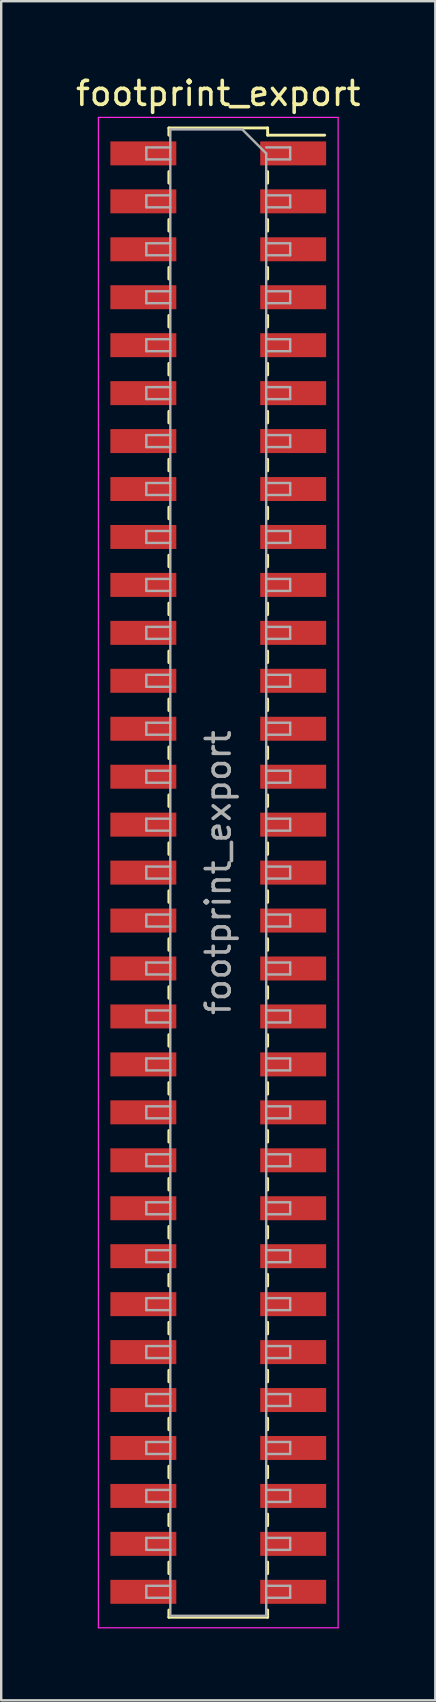
<source format=kicad_pcb>
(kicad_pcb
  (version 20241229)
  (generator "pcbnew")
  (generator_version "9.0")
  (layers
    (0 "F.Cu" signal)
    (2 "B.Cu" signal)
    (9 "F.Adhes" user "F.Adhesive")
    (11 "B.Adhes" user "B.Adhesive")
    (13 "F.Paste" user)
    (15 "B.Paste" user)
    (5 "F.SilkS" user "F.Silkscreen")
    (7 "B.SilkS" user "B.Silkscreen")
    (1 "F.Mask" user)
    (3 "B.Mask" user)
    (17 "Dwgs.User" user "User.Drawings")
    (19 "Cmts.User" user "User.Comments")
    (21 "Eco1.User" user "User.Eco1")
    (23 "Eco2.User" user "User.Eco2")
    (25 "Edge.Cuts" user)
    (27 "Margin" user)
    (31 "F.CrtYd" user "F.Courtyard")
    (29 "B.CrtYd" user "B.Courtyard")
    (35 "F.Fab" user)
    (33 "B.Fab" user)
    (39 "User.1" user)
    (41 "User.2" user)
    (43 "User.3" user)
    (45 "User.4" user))
  (footprint "footprint_export"
    (layer "F.Cu")
    (at 6.054 33.348)
    (property "Reference" "footprint_export" (at 0 -32.5 0) (layer "F.SilkS") (effects (font (size 1 1) (thickness 0.15))))
    (attr smd)
    (fp_line (start -2.06 -31.06) (end -2.06 -30.76) (stroke (width 0.12) (type solid)) (layer "F.SilkS"))
    (fp_line (start -2.06 -31.06) (end 2.06 -31.06) (stroke (width 0.12) (type solid)) (layer "F.SilkS"))
    (fp_line (start -2.06 -29.24) (end -2.06 -28.76) (stroke (width 0.12) (type solid)) (layer "F.SilkS"))
    (fp_line (start -2.06 -27.24) (end -2.06 -26.76) (stroke (width 0.12) (type solid)) (layer "F.SilkS"))
    (fp_line (start -2.06 -25.24) (end -2.06 -24.76) (stroke (width 0.12) (type solid)) (layer "F.SilkS"))
    (fp_line (start -2.06 -23.24) (end -2.06 -22.76) (stroke (width 0.12) (type solid)) (layer "F.SilkS"))
    (fp_line (start -2.06 -21.24) (end -2.06 -20.76) (stroke (width 0.12) (type solid)) (layer "F.SilkS"))
    (fp_line (start -2.06 -19.24) (end -2.06 -18.76) (stroke (width 0.12) (type solid)) (layer "F.SilkS"))
    (fp_line (start -2.06 -17.24) (end -2.06 -16.76) (stroke (width 0.12) (type solid)) (layer "F.SilkS"))
    (fp_line (start -2.06 -15.24) (end -2.06 -14.76) (stroke (width 0.12) (type solid)) (layer "F.SilkS"))
    (fp_line (start -2.06 -13.24) (end -2.06 -12.76) (stroke (width 0.12) (type solid)) (layer "F.SilkS"))
    (fp_line (start -2.06 -11.24) (end -2.06 -10.76) (stroke (width 0.12) (type solid)) (layer "F.SilkS"))
    (fp_line (start -2.06 -9.24) (end -2.06 -8.76) (stroke (width 0.12) (type solid)) (layer "F.SilkS"))
    (fp_line (start -2.06 -7.24) (end -2.06 -6.76) (stroke (width 0.12) (type solid)) (layer "F.SilkS"))
    (fp_line (start -2.06 -5.24) (end -2.06 -4.76) (stroke (width 0.12) (type solid)) (layer "F.SilkS"))
    (fp_line (start -2.06 -3.24) (end -2.06 -2.76) (stroke (width 0.12) (type solid)) (layer "F.SilkS"))
    (fp_line (start -2.06 -1.24) (end -2.06 -0.76) (stroke (width 0.12) (type solid)) (layer "F.SilkS"))
    (fp_line (start -2.06 0.76) (end -2.06 1.24) (stroke (width 0.12) (type solid)) (layer "F.SilkS"))
    (fp_line (start -2.06 2.76) (end -2.06 3.24) (stroke (width 0.12) (type solid)) (layer "F.SilkS"))
    (fp_line (start -2.06 4.76) (end -2.06 5.24) (stroke (width 0.12) (type solid)) (layer "F.SilkS"))
    (fp_line (start -2.06 6.76) (end -2.06 7.24) (stroke (width 0.12) (type solid)) (layer "F.SilkS"))
    (fp_line (start -2.06 8.76) (end -2.06 9.24) (stroke (width 0.12) (type solid)) (layer "F.SilkS"))
    (fp_line (start -2.06 10.76) (end -2.06 11.24) (stroke (width 0.12) (type solid)) (layer "F.SilkS"))
    (fp_line (start -2.06 12.76) (end -2.06 13.24) (stroke (width 0.12) (type solid)) (layer "F.SilkS"))
    (fp_line (start -2.06 14.76) (end -2.06 15.24) (stroke (width 0.12) (type solid)) (layer "F.SilkS"))
    (fp_line (start -2.06 16.76) (end -2.06 17.24) (stroke (width 0.12) (type solid)) (layer "F.SilkS"))
    (fp_line (start -2.06 18.76) (end -2.06 19.24) (stroke (width 0.12) (type solid)) (layer "F.SilkS"))
    (fp_line (start -2.06 20.76) (end -2.06 21.24) (stroke (width 0.12) (type solid)) (layer "F.SilkS"))
    (fp_line (start -2.06 22.76) (end -2.06 23.24) (stroke (width 0.12) (type solid)) (layer "F.SilkS"))
    (fp_line (start -2.06 24.76) (end -2.06 25.24) (stroke (width 0.12) (type solid)) (layer "F.SilkS"))
    (fp_line (start -2.06 26.76) (end -2.06 27.24) (stroke (width 0.12) (type solid)) (layer "F.SilkS"))
    (fp_line (start -2.06 28.76) (end -2.06 29.24) (stroke (width 0.12) (type solid)) (layer "F.SilkS"))
    (fp_line (start -2.06 30.76) (end -2.06 31.06) (stroke (width 0.12) (type solid)) (layer "F.SilkS"))
    (fp_line (start -2.06 31.06) (end 2.06 31.06) (stroke (width 0.12) (type solid)) (layer "F.SilkS"))
    (fp_line (start 2.06 -31.06) (end 2.06 -30.76) (stroke (width 0.12) (type solid)) (layer "F.SilkS"))
    (fp_line (start 2.06 -30.76) (end 4.44 -30.76) (stroke (width 0.12) (type solid)) (layer "F.SilkS"))
    (fp_line (start 2.06 -29.24) (end 2.06 -28.76) (stroke (width 0.12) (type solid)) (layer "F.SilkS"))
    (fp_line (start 2.06 -27.24) (end 2.06 -26.76) (stroke (width 0.12) (type solid)) (layer "F.SilkS"))
    (fp_line (start 2.06 -25.24) (end 2.06 -24.76) (stroke (width 0.12) (type solid)) (layer "F.SilkS"))
    (fp_line (start 2.06 -23.24) (end 2.06 -22.76) (stroke (width 0.12) (type solid)) (layer "F.SilkS"))
    (fp_line (start 2.06 -21.24) (end 2.06 -20.76) (stroke (width 0.12) (type solid)) (layer "F.SilkS"))
    (fp_line (start 2.06 -19.24) (end 2.06 -18.76) (stroke (width 0.12) (type solid)) (layer "F.SilkS"))
    (fp_line (start 2.06 -17.24) (end 2.06 -16.76) (stroke (width 0.12) (type solid)) (layer "F.SilkS"))
    (fp_line (start 2.06 -15.24) (end 2.06 -14.76) (stroke (width 0.12) (type solid)) (layer "F.SilkS"))
    (fp_line (start 2.06 -13.24) (end 2.06 -12.76) (stroke (width 0.12) (type solid)) (layer "F.SilkS"))
    (fp_line (start 2.06 -11.24) (end 2.06 -10.76) (stroke (width 0.12) (type solid)) (layer "F.SilkS"))
    (fp_line (start 2.06 -9.24) (end 2.06 -8.76) (stroke (width 0.12) (type solid)) (layer "F.SilkS"))
    (fp_line (start 2.06 -7.24) (end 2.06 -6.76) (stroke (width 0.12) (type solid)) (layer "F.SilkS"))
    (fp_line (start 2.06 -5.24) (end 2.06 -4.76) (stroke (width 0.12) (type solid)) (layer "F.SilkS"))
    (fp_line (start 2.06 -3.24) (end 2.06 -2.76) (stroke (width 0.12) (type solid)) (layer "F.SilkS"))
    (fp_line (start 2.06 -1.24) (end 2.06 -0.76) (stroke (width 0.12) (type solid)) (layer "F.SilkS"))
    (fp_line (start 2.06 0.76) (end 2.06 1.24) (stroke (width 0.12) (type solid)) (layer "F.SilkS"))
    (fp_line (start 2.06 2.76) (end 2.06 3.24) (stroke (width 0.12) (type solid)) (layer "F.SilkS"))
    (fp_line (start 2.06 4.76) (end 2.06 5.24) (stroke (width 0.12) (type solid)) (layer "F.SilkS"))
    (fp_line (start 2.06 6.76) (end 2.06 7.24) (stroke (width 0.12) (type solid)) (layer "F.SilkS"))
    (fp_line (start 2.06 8.76) (end 2.06 9.24) (stroke (width 0.12) (type solid)) (layer "F.SilkS"))
    (fp_line (start 2.06 10.76) (end 2.06 11.24) (stroke (width 0.12) (type solid)) (layer "F.SilkS"))
    (fp_line (start 2.06 12.76) (end 2.06 13.24) (stroke (width 0.12) (type solid)) (layer "F.SilkS"))
    (fp_line (start 2.06 14.76) (end 2.06 15.24) (stroke (width 0.12) (type solid)) (layer "F.SilkS"))
    (fp_line (start 2.06 16.76) (end 2.06 17.24) (stroke (width 0.12) (type solid)) (layer "F.SilkS"))
    (fp_line (start 2.06 18.76) (end 2.06 19.24) (stroke (width 0.12) (type solid)) (layer "F.SilkS"))
    (fp_line (start 2.06 20.76) (end 2.06 21.24) (stroke (width 0.12) (type solid)) (layer "F.SilkS"))
    (fp_line (start 2.06 22.76) (end 2.06 23.24) (stroke (width 0.12) (type solid)) (layer "F.SilkS"))
    (fp_line (start 2.06 24.76) (end 2.06 25.24) (stroke (width 0.12) (type solid)) (layer "F.SilkS"))
    (fp_line (start 2.06 26.76) (end 2.06 27.24) (stroke (width 0.12) (type solid)) (layer "F.SilkS"))
    (fp_line (start 2.06 28.76) (end 2.06 29.24) (stroke (width 0.12) (type solid)) (layer "F.SilkS"))
    (fp_line (start 2.06 30.76) (end 2.06 31.06) (stroke (width 0.12) (type solid)) (layer "F.SilkS"))
    (fp_line (start -5 -31.5) (end 5 -31.5) (stroke (width 0.05) (type solid)) (layer "F.CrtYd"))
    (fp_line (start -5 31.5) (end -5 -31.5) (stroke (width 0.05) (type solid)) (layer "F.CrtYd"))
    (fp_line (start 5 -31.5) (end 5 31.5) (stroke (width 0.05) (type solid)) (layer "F.CrtYd"))
    (fp_line (start 5 31.5) (end -5 31.5) (stroke (width 0.05) (type solid)) (layer "F.CrtYd"))
    (fp_line (start -3 -30.25) (end -2 -30.25) (stroke (width 0.1) (type solid)) (layer "F.Fab"))
    (fp_line (start -3 -29.75) (end -3 -30.25) (stroke (width 0.1) (type solid)) (layer "F.Fab"))
    (fp_line (start -3 -28.25) (end -2 -28.25) (stroke (width 0.1) (type solid)) (layer "F.Fab"))
    (fp_line (start -3 -27.75) (end -3 -28.25) (stroke (width 0.1) (type solid)) (layer "F.Fab"))
    (fp_line (start -3 -26.25) (end -2 -26.25) (stroke (width 0.1) (type solid)) (layer "F.Fab"))
    (fp_line (start -3 -25.75) (end -3 -26.25) (stroke (width 0.1) (type solid)) (layer "F.Fab"))
    (fp_line (start -3 -24.25) (end -2 -24.25) (stroke (width 0.1) (type solid)) (layer "F.Fab"))
    (fp_line (start -3 -23.75) (end -3 -24.25) (stroke (width 0.1) (type solid)) (layer "F.Fab"))
    (fp_line (start -3 -22.25) (end -2 -22.25) (stroke (width 0.1) (type solid)) (layer "F.Fab"))
    (fp_line (start -3 -21.75) (end -3 -22.25) (stroke (width 0.1) (type solid)) (layer "F.Fab"))
    (fp_line (start -3 -20.25) (end -2 -20.25) (stroke (width 0.1) (type solid)) (layer "F.Fab"))
    (fp_line (start -3 -19.75) (end -3 -20.25) (stroke (width 0.1) (type solid)) (layer "F.Fab"))
    (fp_line (start -3 -18.25) (end -2 -18.25) (stroke (width 0.1) (type solid)) (layer "F.Fab"))
    (fp_line (start -3 -17.75) (end -3 -18.25) (stroke (width 0.1) (type solid)) (layer "F.Fab"))
    (fp_line (start -3 -16.25) (end -2 -16.25) (stroke (width 0.1) (type solid)) (layer "F.Fab"))
    (fp_line (start -3 -15.75) (end -3 -16.25) (stroke (width 0.1) (type solid)) (layer "F.Fab"))
    (fp_line (start -3 -14.25) (end -2 -14.25) (stroke (width 0.1) (type solid)) (layer "F.Fab"))
    (fp_line (start -3 -13.75) (end -3 -14.25) (stroke (width 0.1) (type solid)) (layer "F.Fab"))
    (fp_line (start -3 -12.25) (end -2 -12.25) (stroke (width 0.1) (type solid)) (layer "F.Fab"))
    (fp_line (start -3 -11.75) (end -3 -12.25) (stroke (width 0.1) (type solid)) (layer "F.Fab"))
    (fp_line (start -3 -10.25) (end -2 -10.25) (stroke (width 0.1) (type solid)) (layer "F.Fab"))
    (fp_line (start -3 -9.75) (end -3 -10.25) (stroke (width 0.1) (type solid)) (layer "F.Fab"))
    (fp_line (start -3 -8.25) (end -2 -8.25) (stroke (width 0.1) (type solid)) (layer "F.Fab"))
    (fp_line (start -3 -7.75) (end -3 -8.25) (stroke (width 0.1) (type solid)) (layer "F.Fab"))
    (fp_line (start -3 -6.25) (end -2 -6.25) (stroke (width 0.1) (type solid)) (layer "F.Fab"))
    (fp_line (start -3 -5.75) (end -3 -6.25) (stroke (width 0.1) (type solid)) (layer "F.Fab"))
    (fp_line (start -3 -4.25) (end -2 -4.25) (stroke (width 0.1) (type solid)) (layer "F.Fab"))
    (fp_line (start -3 -3.75) (end -3 -4.25) (stroke (width 0.1) (type solid)) (layer "F.Fab"))
    (fp_line (start -3 -2.25) (end -2 -2.25) (stroke (width 0.1) (type solid)) (layer "F.Fab"))
    (fp_line (start -3 -1.75) (end -3 -2.25) (stroke (width 0.1) (type solid)) (layer "F.Fab"))
    (fp_line (start -3 -0.25) (end -2 -0.25) (stroke (width 0.1) (type solid)) (layer "F.Fab"))
    (fp_line (start -3 0.25) (end -3 -0.25) (stroke (width 0.1) (type solid)) (layer "F.Fab"))
    (fp_line (start -3 1.75) (end -2 1.75) (stroke (width 0.1) (type solid)) (layer "F.Fab"))
    (fp_line (start -3 2.25) (end -3 1.75) (stroke (width 0.1) (type solid)) (layer "F.Fab"))
    (fp_line (start -3 3.75) (end -2 3.75) (stroke (width 0.1) (type solid)) (layer "F.Fab"))
    (fp_line (start -3 4.25) (end -3 3.75) (stroke (width 0.1) (type solid)) (layer "F.Fab"))
    (fp_line (start -3 5.75) (end -2 5.75) (stroke (width 0.1) (type solid)) (layer "F.Fab"))
    (fp_line (start -3 6.25) (end -3 5.75) (stroke (width 0.1) (type solid)) (layer "F.Fab"))
    (fp_line (start -3 7.75) (end -2 7.75) (stroke (width 0.1) (type solid)) (layer "F.Fab"))
    (fp_line (start -3 8.25) (end -3 7.75) (stroke (width 0.1) (type solid)) (layer "F.Fab"))
    (fp_line (start -3 9.75) (end -2 9.75) (stroke (width 0.1) (type solid)) (layer "F.Fab"))
    (fp_line (start -3 10.25) (end -3 9.75) (stroke (width 0.1) (type solid)) (layer "F.Fab"))
    (fp_line (start -3 11.75) (end -2 11.75) (stroke (width 0.1) (type solid)) (layer "F.Fab"))
    (fp_line (start -3 12.25) (end -3 11.75) (stroke (width 0.1) (type solid)) (layer "F.Fab"))
    (fp_line (start -3 13.75) (end -2 13.75) (stroke (width 0.1) (type solid)) (layer "F.Fab"))
    (fp_line (start -3 14.25) (end -3 13.75) (stroke (width 0.1) (type solid)) (layer "F.Fab"))
    (fp_line (start -3 15.75) (end -2 15.75) (stroke (width 0.1) (type solid)) (layer "F.Fab"))
    (fp_line (start -3 16.25) (end -3 15.75) (stroke (width 0.1) (type solid)) (layer "F.Fab"))
    (fp_line (start -3 17.75) (end -2 17.75) (stroke (width 0.1) (type solid)) (layer "F.Fab"))
    (fp_line (start -3 18.25) (end -3 17.75) (stroke (width 0.1) (type solid)) (layer "F.Fab"))
    (fp_line (start -3 19.75) (end -2 19.75) (stroke (width 0.1) (type solid)) (layer "F.Fab"))
    (fp_line (start -3 20.25) (end -3 19.75) (stroke (width 0.1) (type solid)) (layer "F.Fab"))
    (fp_line (start -3 21.75) (end -2 21.75) (stroke (width 0.1) (type solid)) (layer "F.Fab"))
    (fp_line (start -3 22.25) (end -3 21.75) (stroke (width 0.1) (type solid)) (layer "F.Fab"))
    (fp_line (start -3 23.75) (end -2 23.75) (stroke (width 0.1) (type solid)) (layer "F.Fab"))
    (fp_line (start -3 24.25) (end -3 23.75) (stroke (width 0.1) (type solid)) (layer "F.Fab"))
    (fp_line (start -3 25.75) (end -2 25.75) (stroke (width 0.1) (type solid)) (layer "F.Fab"))
    (fp_line (start -3 26.25) (end -3 25.75) (stroke (width 0.1) (type solid)) (layer "F.Fab"))
    (fp_line (start -3 27.75) (end -2 27.75) (stroke (width 0.1) (type solid)) (layer "F.Fab"))
    (fp_line (start -3 28.25) (end -3 27.75) (stroke (width 0.1) (type solid)) (layer "F.Fab"))
    (fp_line (start -3 29.75) (end -2 29.75) (stroke (width 0.1) (type solid)) (layer "F.Fab"))
    (fp_line (start -3 30.25) (end -3 29.75) (stroke (width 0.1) (type solid)) (layer "F.Fab"))
    (fp_line (start -2 -31) (end 1 -31) (stroke (width 0.1) (type solid)) (layer "F.Fab"))
    (fp_line (start -2 -29.75) (end -3 -29.75) (stroke (width 0.1) (type solid)) (layer "F.Fab"))
    (fp_line (start -2 -27.75) (end -3 -27.75) (stroke (width 0.1) (type solid)) (layer "F.Fab"))
    (fp_line (start -2 -25.75) (end -3 -25.75) (stroke (width 0.1) (type solid)) (layer "F.Fab"))
    (fp_line (start -2 -23.75) (end -3 -23.75) (stroke (width 0.1) (type solid)) (layer "F.Fab"))
    (fp_line (start -2 -21.75) (end -3 -21.75) (stroke (width 0.1) (type solid)) (layer "F.Fab"))
    (fp_line (start -2 -19.75) (end -3 -19.75) (stroke (width 0.1) (type solid)) (layer "F.Fab"))
    (fp_line (start -2 -17.75) (end -3 -17.75) (stroke (width 0.1) (type solid)) (layer "F.Fab"))
    (fp_line (start -2 -15.75) (end -3 -15.75) (stroke (width 0.1) (type solid)) (layer "F.Fab"))
    (fp_line (start -2 -13.75) (end -3 -13.75) (stroke (width 0.1) (type solid)) (layer "F.Fab"))
    (fp_line (start -2 -11.75) (end -3 -11.75) (stroke (width 0.1) (type solid)) (layer "F.Fab"))
    (fp_line (start -2 -9.75) (end -3 -9.75) (stroke (width 0.1) (type solid)) (layer "F.Fab"))
    (fp_line (start -2 -7.75) (end -3 -7.75) (stroke (width 0.1) (type solid)) (layer "F.Fab"))
    (fp_line (start -2 -5.75) (end -3 -5.75) (stroke (width 0.1) (type solid)) (layer "F.Fab"))
    (fp_line (start -2 -3.75) (end -3 -3.75) (stroke (width 0.1) (type solid)) (layer "F.Fab"))
    (fp_line (start -2 -1.75) (end -3 -1.75) (stroke (width 0.1) (type solid)) (layer "F.Fab"))
    (fp_line (start -2 0.25) (end -3 0.25) (stroke (width 0.1) (type solid)) (layer "F.Fab"))
    (fp_line (start -2 2.25) (end -3 2.25) (stroke (width 0.1) (type solid)) (layer "F.Fab"))
    (fp_line (start -2 4.25) (end -3 4.25) (stroke (width 0.1) (type solid)) (layer "F.Fab"))
    (fp_line (start -2 6.25) (end -3 6.25) (stroke (width 0.1) (type solid)) (layer "F.Fab"))
    (fp_line (start -2 8.25) (end -3 8.25) (stroke (width 0.1) (type solid)) (layer "F.Fab"))
    (fp_line (start -2 10.25) (end -3 10.25) (stroke (width 0.1) (type solid)) (layer "F.Fab"))
    (fp_line (start -2 12.25) (end -3 12.25) (stroke (width 0.1) (type solid)) (layer "F.Fab"))
    (fp_line (start -2 14.25) (end -3 14.25) (stroke (width 0.1) (type solid)) (layer "F.Fab"))
    (fp_line (start -2 16.25) (end -3 16.25) (stroke (width 0.1) (type solid)) (layer "F.Fab"))
    (fp_line (start -2 18.25) (end -3 18.25) (stroke (width 0.1) (type solid)) (layer "F.Fab"))
    (fp_line (start -2 20.25) (end -3 20.25) (stroke (width 0.1) (type solid)) (layer "F.Fab"))
    (fp_line (start -2 22.25) (end -3 22.25) (stroke (width 0.1) (type solid)) (layer "F.Fab"))
    (fp_line (start -2 24.25) (end -3 24.25) (stroke (width 0.1) (type solid)) (layer "F.Fab"))
    (fp_line (start -2 26.25) (end -3 26.25) (stroke (width 0.1) (type solid)) (layer "F.Fab"))
    (fp_line (start -2 28.25) (end -3 28.25) (stroke (width 0.1) (type solid)) (layer "F.Fab"))
    (fp_line (start -2 30.25) (end -3 30.25) (stroke (width 0.1) (type solid)) (layer "F.Fab"))
    (fp_line (start -2 31) (end -2 -31) (stroke (width 0.1) (type solid)) (layer "F.Fab"))
    (fp_line (start 1 -31) (end 2 -30) (stroke (width 0.1) (type solid)) (layer "F.Fab"))
    (fp_line (start 2 -30.25) (end 3 -30.25) (stroke (width 0.1) (type solid)) (layer "F.Fab"))
    (fp_line (start 2 -30) (end 2 31) (stroke (width 0.1) (type solid)) (layer "F.Fab"))
    (fp_line (start 2 -28.25) (end 3 -28.25) (stroke (width 0.1) (type solid)) (layer "F.Fab"))
    (fp_line (start 2 -26.25) (end 3 -26.25) (stroke (width 0.1) (type solid)) (layer "F.Fab"))
    (fp_line (start 2 -24.25) (end 3 -24.25) (stroke (width 0.1) (type solid)) (layer "F.Fab"))
    (fp_line (start 2 -22.25) (end 3 -22.25) (stroke (width 0.1) (type solid)) (layer "F.Fab"))
    (fp_line (start 2 -20.25) (end 3 -20.25) (stroke (width 0.1) (type solid)) (layer "F.Fab"))
    (fp_line (start 2 -18.25) (end 3 -18.25) (stroke (width 0.1) (type solid)) (layer "F.Fab"))
    (fp_line (start 2 -16.25) (end 3 -16.25) (stroke (width 0.1) (type solid)) (layer "F.Fab"))
    (fp_line (start 2 -14.25) (end 3 -14.25) (stroke (width 0.1) (type solid)) (layer "F.Fab"))
    (fp_line (start 2 -12.25) (end 3 -12.25) (stroke (width 0.1) (type solid)) (layer "F.Fab"))
    (fp_line (start 2 -10.25) (end 3 -10.25) (stroke (width 0.1) (type solid)) (layer "F.Fab"))
    (fp_line (start 2 -8.25) (end 3 -8.25) (stroke (width 0.1) (type solid)) (layer "F.Fab"))
    (fp_line (start 2 -6.25) (end 3 -6.25) (stroke (width 0.1) (type solid)) (layer "F.Fab"))
    (fp_line (start 2 -4.25) (end 3 -4.25) (stroke (width 0.1) (type solid)) (layer "F.Fab"))
    (fp_line (start 2 -2.25) (end 3 -2.25) (stroke (width 0.1) (type solid)) (layer "F.Fab"))
    (fp_line (start 2 -0.25) (end 3 -0.25) (stroke (width 0.1) (type solid)) (layer "F.Fab"))
    (fp_line (start 2 1.75) (end 3 1.75) (stroke (width 0.1) (type solid)) (layer "F.Fab"))
    (fp_line (start 2 3.75) (end 3 3.75) (stroke (width 0.1) (type solid)) (layer "F.Fab"))
    (fp_line (start 2 5.75) (end 3 5.75) (stroke (width 0.1) (type solid)) (layer "F.Fab"))
    (fp_line (start 2 7.75) (end 3 7.75) (stroke (width 0.1) (type solid)) (layer "F.Fab"))
    (fp_line (start 2 9.75) (end 3 9.75) (stroke (width 0.1) (type solid)) (layer "F.Fab"))
    (fp_line (start 2 11.75) (end 3 11.75) (stroke (width 0.1) (type solid)) (layer "F.Fab"))
    (fp_line (start 2 13.75) (end 3 13.75) (stroke (width 0.1) (type solid)) (layer "F.Fab"))
    (fp_line (start 2 15.75) (end 3 15.75) (stroke (width 0.1) (type solid)) (layer "F.Fab"))
    (fp_line (start 2 17.75) (end 3 17.75) (stroke (width 0.1) (type solid)) (layer "F.Fab"))
    (fp_line (start 2 19.75) (end 3 19.75) (stroke (width 0.1) (type solid)) (layer "F.Fab"))
    (fp_line (start 2 21.75) (end 3 21.75) (stroke (width 0.1) (type solid)) (layer "F.Fab"))
    (fp_line (start 2 23.75) (end 3 23.75) (stroke (width 0.1) (type solid)) (layer "F.Fab"))
    (fp_line (start 2 25.75) (end 3 25.75) (stroke (width 0.1) (type solid)) (layer "F.Fab"))
    (fp_line (start 2 27.75) (end 3 27.75) (stroke (width 0.1) (type solid)) (layer "F.Fab"))
    (fp_line (start 2 29.75) (end 3 29.75) (stroke (width 0.1) (type solid)) (layer "F.Fab"))
    (fp_line (start 2 31) (end -2 31) (stroke (width 0.1) (type solid)) (layer "F.Fab"))
    (fp_line (start 3 -30.25) (end 3 -29.75) (stroke (width 0.1) (type solid)) (layer "F.Fab"))
    (fp_line (start 3 -29.75) (end 2 -29.75) (stroke (width 0.1) (type solid)) (layer "F.Fab"))
    (fp_line (start 3 -28.25) (end 3 -27.75) (stroke (width 0.1) (type solid)) (layer "F.Fab"))
    (fp_line (start 3 -27.75) (end 2 -27.75) (stroke (width 0.1) (type solid)) (layer "F.Fab"))
    (fp_line (start 3 -26.25) (end 3 -25.75) (stroke (width 0.1) (type solid)) (layer "F.Fab"))
    (fp_line (start 3 -25.75) (end 2 -25.75) (stroke (width 0.1) (type solid)) (layer "F.Fab"))
    (fp_line (start 3 -24.25) (end 3 -23.75) (stroke (width 0.1) (type solid)) (layer "F.Fab"))
    (fp_line (start 3 -23.75) (end 2 -23.75) (stroke (width 0.1) (type solid)) (layer "F.Fab"))
    (fp_line (start 3 -22.25) (end 3 -21.75) (stroke (width 0.1) (type solid)) (layer "F.Fab"))
    (fp_line (start 3 -21.75) (end 2 -21.75) (stroke (width 0.1) (type solid)) (layer "F.Fab"))
    (fp_line (start 3 -20.25) (end 3 -19.75) (stroke (width 0.1) (type solid)) (layer "F.Fab"))
    (fp_line (start 3 -19.75) (end 2 -19.75) (stroke (width 0.1) (type solid)) (layer "F.Fab"))
    (fp_line (start 3 -18.25) (end 3 -17.75) (stroke (width 0.1) (type solid)) (layer "F.Fab"))
    (fp_line (start 3 -17.75) (end 2 -17.75) (stroke (width 0.1) (type solid)) (layer "F.Fab"))
    (fp_line (start 3 -16.25) (end 3 -15.75) (stroke (width 0.1) (type solid)) (layer "F.Fab"))
    (fp_line (start 3 -15.75) (end 2 -15.75) (stroke (width 0.1) (type solid)) (layer "F.Fab"))
    (fp_line (start 3 -14.25) (end 3 -13.75) (stroke (width 0.1) (type solid)) (layer "F.Fab"))
    (fp_line (start 3 -13.75) (end 2 -13.75) (stroke (width 0.1) (type solid)) (layer "F.Fab"))
    (fp_line (start 3 -12.25) (end 3 -11.75) (stroke (width 0.1) (type solid)) (layer "F.Fab"))
    (fp_line (start 3 -11.75) (end 2 -11.75) (stroke (width 0.1) (type solid)) (layer "F.Fab"))
    (fp_line (start 3 -10.25) (end 3 -9.75) (stroke (width 0.1) (type solid)) (layer "F.Fab"))
    (fp_line (start 3 -9.75) (end 2 -9.75) (stroke (width 0.1) (type solid)) (layer "F.Fab"))
    (fp_line (start 3 -8.25) (end 3 -7.75) (stroke (width 0.1) (type solid)) (layer "F.Fab"))
    (fp_line (start 3 -7.75) (end 2 -7.75) (stroke (width 0.1) (type solid)) (layer "F.Fab"))
    (fp_line (start 3 -6.25) (end 3 -5.75) (stroke (width 0.1) (type solid)) (layer "F.Fab"))
    (fp_line (start 3 -5.75) (end 2 -5.75) (stroke (width 0.1) (type solid)) (layer "F.Fab"))
    (fp_line (start 3 -4.25) (end 3 -3.75) (stroke (width 0.1) (type solid)) (layer "F.Fab"))
    (fp_line (start 3 -3.75) (end 2 -3.75) (stroke (width 0.1) (type solid)) (layer "F.Fab"))
    (fp_line (start 3 -2.25) (end 3 -1.75) (stroke (width 0.1) (type solid)) (layer "F.Fab"))
    (fp_line (start 3 -1.75) (end 2 -1.75) (stroke (width 0.1) (type solid)) (layer "F.Fab"))
    (fp_line (start 3 -0.25) (end 3 0.25) (stroke (width 0.1) (type solid)) (layer "F.Fab"))
    (fp_line (start 3 0.25) (end 2 0.25) (stroke (width 0.1) (type solid)) (layer "F.Fab"))
    (fp_line (start 3 1.75) (end 3 2.25) (stroke (width 0.1) (type solid)) (layer "F.Fab"))
    (fp_line (start 3 2.25) (end 2 2.25) (stroke (width 0.1) (type solid)) (layer "F.Fab"))
    (fp_line (start 3 3.75) (end 3 4.25) (stroke (width 0.1) (type solid)) (layer "F.Fab"))
    (fp_line (start 3 4.25) (end 2 4.25) (stroke (width 0.1) (type solid)) (layer "F.Fab"))
    (fp_line (start 3 5.75) (end 3 6.25) (stroke (width 0.1) (type solid)) (layer "F.Fab"))
    (fp_line (start 3 6.25) (end 2 6.25) (stroke (width 0.1) (type solid)) (layer "F.Fab"))
    (fp_line (start 3 7.75) (end 3 8.25) (stroke (width 0.1) (type solid)) (layer "F.Fab"))
    (fp_line (start 3 8.25) (end 2 8.25) (stroke (width 0.1) (type solid)) (layer "F.Fab"))
    (fp_line (start 3 9.75) (end 3 10.25) (stroke (width 0.1) (type solid)) (layer "F.Fab"))
    (fp_line (start 3 10.25) (end 2 10.25) (stroke (width 0.1) (type solid)) (layer "F.Fab"))
    (fp_line (start 3 11.75) (end 3 12.25) (stroke (width 0.1) (type solid)) (layer "F.Fab"))
    (fp_line (start 3 12.25) (end 2 12.25) (stroke (width 0.1) (type solid)) (layer "F.Fab"))
    (fp_line (start 3 13.75) (end 3 14.25) (stroke (width 0.1) (type solid)) (layer "F.Fab"))
    (fp_line (start 3 14.25) (end 2 14.25) (stroke (width 0.1) (type solid)) (layer "F.Fab"))
    (fp_line (start 3 15.75) (end 3 16.25) (stroke (width 0.1) (type solid)) (layer "F.Fab"))
    (fp_line (start 3 16.25) (end 2 16.25) (stroke (width 0.1) (type solid)) (layer "F.Fab"))
    (fp_line (start 3 17.75) (end 3 18.25) (stroke (width 0.1) (type solid)) (layer "F.Fab"))
    (fp_line (start 3 18.25) (end 2 18.25) (stroke (width 0.1) (type solid)) (layer "F.Fab"))
    (fp_line (start 3 19.75) (end 3 20.25) (stroke (width 0.1) (type solid)) (layer "F.Fab"))
    (fp_line (start 3 20.25) (end 2 20.25) (stroke (width 0.1) (type solid)) (layer "F.Fab"))
    (fp_line (start 3 21.75) (end 3 22.25) (stroke (width 0.1) (type solid)) (layer "F.Fab"))
    (fp_line (start 3 22.25) (end 2 22.25) (stroke (width 0.1) (type solid)) (layer "F.Fab"))
    (fp_line (start 3 23.75) (end 3 24.25) (stroke (width 0.1) (type solid)) (layer "F.Fab"))
    (fp_line (start 3 24.25) (end 2 24.25) (stroke (width 0.1) (type solid)) (layer "F.Fab"))
    (fp_line (start 3 25.75) (end 3 26.25) (stroke (width 0.1) (type solid)) (layer "F.Fab"))
    (fp_line (start 3 26.25) (end 2 26.25) (stroke (width 0.1) (type solid)) (layer "F.Fab"))
    (fp_line (start 3 27.75) (end 3 28.25) (stroke (width 0.1) (type solid)) (layer "F.Fab"))
    (fp_line (start 3 28.25) (end 2 28.25) (stroke (width 0.1) (type solid)) (layer "F.Fab"))
    (fp_line (start 3 29.75) (end 3 30.25) (stroke (width 0.1) (type solid)) (layer "F.Fab"))
    (fp_line (start 3 30.25) (end 2 30.25) (stroke (width 0.1) (type solid)) (layer "F.Fab"))
    (fp_text user "${REFERENCE}" (at 0 0 90) (layer "F.Fab") (effects (font (size 1 1) (thickness 0.15))))
    (pad "1" smd rect (at 3.125 -30) (size 2.75 1) (layers "F.Cu" "F.Mask" "F.Paste"))
    (pad "2" smd rect (at -3.125 -30) (size 2.75 1) (layers "F.Cu" "F.Mask" "F.Paste"))
    (pad "3" smd rect (at 3.125 -28) (size 2.75 1) (layers "F.Cu" "F.Mask" "F.Paste"))
    (pad "4" smd rect (at -3.125 -28) (size 2.75 1) (layers "F.Cu" "F.Mask" "F.Paste"))
    (pad "5" smd rect (at 3.125 -26) (size 2.75 1) (layers "F.Cu" "F.Mask" "F.Paste"))
    (pad "6" smd rect (at -3.125 -26) (size 2.75 1) (layers "F.Cu" "F.Mask" "F.Paste"))
    (pad "7" smd rect (at 3.125 -24) (size 2.75 1) (layers "F.Cu" "F.Mask" "F.Paste"))
    (pad "8" smd rect (at -3.125 -24) (size 2.75 1) (layers "F.Cu" "F.Mask" "F.Paste"))
    (pad "9" smd rect (at 3.125 -22) (size 2.75 1) (layers "F.Cu" "F.Mask" "F.Paste"))
    (pad "10" smd rect (at -3.125 -22) (size 2.75 1) (layers "F.Cu" "F.Mask" "F.Paste"))
    (pad "11" smd rect (at 3.125 -20) (size 2.75 1) (layers "F.Cu" "F.Mask" "F.Paste"))
    (pad "12" smd rect (at -3.125 -20) (size 2.75 1) (layers "F.Cu" "F.Mask" "F.Paste"))
    (pad "13" smd rect (at 3.125 -18) (size 2.75 1) (layers "F.Cu" "F.Mask" "F.Paste"))
    (pad "14" smd rect (at -3.125 -18) (size 2.75 1) (layers "F.Cu" "F.Mask" "F.Paste"))
    (pad "15" smd rect (at 3.125 -16) (size 2.75 1) (layers "F.Cu" "F.Mask" "F.Paste"))
    (pad "16" smd rect (at -3.125 -16) (size 2.75 1) (layers "F.Cu" "F.Mask" "F.Paste"))
    (pad "17" smd rect (at 3.125 -14) (size 2.75 1) (layers "F.Cu" "F.Mask" "F.Paste"))
    (pad "18" smd rect (at -3.125 -14) (size 2.75 1) (layers "F.Cu" "F.Mask" "F.Paste"))
    (pad "19" smd rect (at 3.125 -12) (size 2.75 1) (layers "F.Cu" "F.Mask" "F.Paste"))
    (pad "20" smd rect (at -3.125 -12) (size 2.75 1) (layers "F.Cu" "F.Mask" "F.Paste"))
    (pad "21" smd rect (at 3.125 -10) (size 2.75 1) (layers "F.Cu" "F.Mask" "F.Paste"))
    (pad "22" smd rect (at -3.125 -10) (size 2.75 1) (layers "F.Cu" "F.Mask" "F.Paste"))
    (pad "23" smd rect (at 3.125 -8) (size 2.75 1) (layers "F.Cu" "F.Mask" "F.Paste"))
    (pad "24" smd rect (at -3.125 -8) (size 2.75 1) (layers "F.Cu" "F.Mask" "F.Paste"))
    (pad "25" smd rect (at 3.125 -6) (size 2.75 1) (layers "F.Cu" "F.Mask" "F.Paste"))
    (pad "26" smd rect (at -3.125 -6) (size 2.75 1) (layers "F.Cu" "F.Mask" "F.Paste"))
    (pad "27" smd rect (at 3.125 -4) (size 2.75 1) (layers "F.Cu" "F.Mask" "F.Paste"))
    (pad "28" smd rect (at -3.125 -4) (size 2.75 1) (layers "F.Cu" "F.Mask" "F.Paste"))
    (pad "29" smd rect (at 3.125 -2) (size 2.75 1) (layers "F.Cu" "F.Mask" "F.Paste"))
    (pad "30" smd rect (at -3.125 -2) (size 2.75 1) (layers "F.Cu" "F.Mask" "F.Paste"))
    (pad "31" smd rect (at 3.125 0) (size 2.75 1) (layers "F.Cu" "F.Mask" "F.Paste"))
    (pad "32" smd rect (at -3.125 0) (size 2.75 1) (layers "F.Cu" "F.Mask" "F.Paste"))
    (pad "33" smd rect (at 3.125 2) (size 2.75 1) (layers "F.Cu" "F.Mask" "F.Paste"))
    (pad "34" smd rect (at -3.125 2) (size 2.75 1) (layers "F.Cu" "F.Mask" "F.Paste"))
    (pad "35" smd rect (at 3.125 4) (size 2.75 1) (layers "F.Cu" "F.Mask" "F.Paste"))
    (pad "36" smd rect (at -3.125 4) (size 2.75 1) (layers "F.Cu" "F.Mask" "F.Paste"))
    (pad "37" smd rect (at 3.125 6) (size 2.75 1) (layers "F.Cu" "F.Mask" "F.Paste"))
    (pad "38" smd rect (at -3.125 6) (size 2.75 1) (layers "F.Cu" "F.Mask" "F.Paste"))
    (pad "39" smd rect (at 3.125 8) (size 2.75 1) (layers "F.Cu" "F.Mask" "F.Paste"))
    (pad "40" smd rect (at -3.125 8) (size 2.75 1) (layers "F.Cu" "F.Mask" "F.Paste"))
    (pad "41" smd rect (at 3.125 10) (size 2.75 1) (layers "F.Cu" "F.Mask" "F.Paste"))
    (pad "42" smd rect (at -3.125 10) (size 2.75 1) (layers "F.Cu" "F.Mask" "F.Paste"))
    (pad "43" smd rect (at 3.125 12) (size 2.75 1) (layers "F.Cu" "F.Mask" "F.Paste"))
    (pad "44" smd rect (at -3.125 12) (size 2.75 1) (layers "F.Cu" "F.Mask" "F.Paste"))
    (pad "45" smd rect (at 3.125 14) (size 2.75 1) (layers "F.Cu" "F.Mask" "F.Paste"))
    (pad "46" smd rect (at -3.125 14) (size 2.75 1) (layers "F.Cu" "F.Mask" "F.Paste"))
    (pad "47" smd rect (at 3.125 16) (size 2.75 1) (layers "F.Cu" "F.Mask" "F.Paste"))
    (pad "48" smd rect (at -3.125 16) (size 2.75 1) (layers "F.Cu" "F.Mask" "F.Paste"))
    (pad "49" smd rect (at 3.125 18) (size 2.75 1) (layers "F.Cu" "F.Mask" "F.Paste"))
    (pad "50" smd rect (at -3.125 18) (size 2.75 1) (layers "F.Cu" "F.Mask" "F.Paste"))
    (pad "51" smd rect (at 3.125 20) (size 2.75 1) (layers "F.Cu" "F.Mask" "F.Paste"))
    (pad "52" smd rect (at -3.125 20) (size 2.75 1) (layers "F.Cu" "F.Mask" "F.Paste"))
    (pad "53" smd rect (at 3.125 22) (size 2.75 1) (layers "F.Cu" "F.Mask" "F.Paste"))
    (pad "54" smd rect (at -3.125 22) (size 2.75 1) (layers "F.Cu" "F.Mask" "F.Paste"))
    (pad "55" smd rect (at 3.125 24) (size 2.75 1) (layers "F.Cu" "F.Mask" "F.Paste"))
    (pad "56" smd rect (at -3.125 24) (size 2.75 1) (layers "F.Cu" "F.Mask" "F.Paste"))
    (pad "57" smd rect (at 3.125 26) (size 2.75 1) (layers "F.Cu" "F.Mask" "F.Paste"))
    (pad "58" smd rect (at -3.125 26) (size 2.75 1) (layers "F.Cu" "F.Mask" "F.Paste"))
    (pad "59" smd rect (at 3.125 28) (size 2.75 1) (layers "F.Cu" "F.Mask" "F.Paste"))
    (pad "60" smd rect (at -3.125 28) (size 2.75 1) (layers "F.Cu" "F.Mask" "F.Paste"))
    (pad "61" smd rect (at 3.125 30) (size 2.75 1) (layers "F.Cu" "F.Mask" "F.Paste"))
    (pad "62" smd rect (at -3.125 30) (size 2.75 1) (layers "F.Cu" "F.Mask" "F.Paste")))
  (gr_rect
    (start -3 -3)
    (end 15.107 67.873)
    (stroke (width 0.1) (type default))
    (fill no)
    (layer "Edge.Cuts")))
</source>
